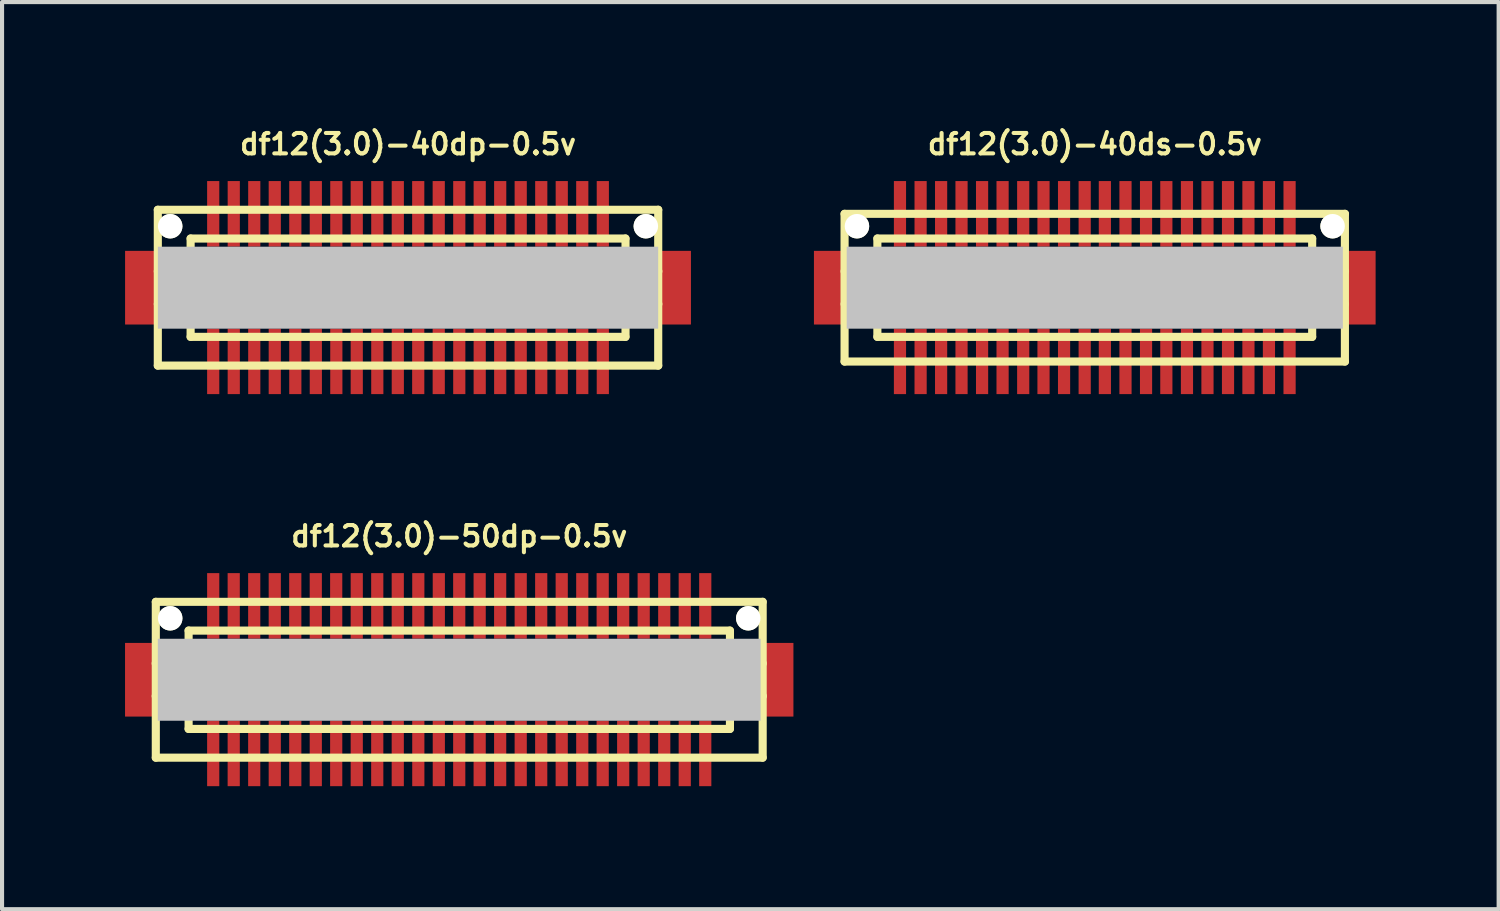
<source format=kicad_pcb>
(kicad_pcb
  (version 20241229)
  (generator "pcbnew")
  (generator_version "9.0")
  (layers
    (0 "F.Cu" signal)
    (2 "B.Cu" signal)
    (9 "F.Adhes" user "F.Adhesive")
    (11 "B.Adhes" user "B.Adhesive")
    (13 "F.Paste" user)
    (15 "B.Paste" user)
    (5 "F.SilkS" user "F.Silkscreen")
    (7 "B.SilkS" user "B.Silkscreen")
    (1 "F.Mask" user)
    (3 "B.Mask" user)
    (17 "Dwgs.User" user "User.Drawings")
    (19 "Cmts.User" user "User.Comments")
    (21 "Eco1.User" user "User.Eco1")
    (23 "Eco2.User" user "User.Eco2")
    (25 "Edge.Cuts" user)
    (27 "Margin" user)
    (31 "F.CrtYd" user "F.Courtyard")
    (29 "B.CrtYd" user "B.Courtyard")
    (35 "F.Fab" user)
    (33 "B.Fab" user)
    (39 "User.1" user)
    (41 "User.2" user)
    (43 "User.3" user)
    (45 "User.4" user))
  (footprint "df12(3.0)-50dp-0.5v"
    (layer "F.Cu")
    (at 8.148 13.525)
    (property "Reference" "df12(3.0)-50dp-0.5v" (at 0 -3.5 0) (layer "F.SilkS") (effects (font (size 0.498 0.498) (thickness 0.099))))
    (attr smd)
    (fp_line (start -7.399 -1.9) (end -7.399 1.9) (stroke (width 0.198) (type solid)) (layer "F.SilkS"))
    (fp_line (start -7.399 1.9) (end 7.399 1.9) (stroke (width 0.198) (type solid)) (layer "F.SilkS"))
    (fp_line (start -6.601 -0.399) (end -7.402 -0.399) (stroke (width 0.198) (type solid)) (layer "F.SilkS"))
    (fp_line (start -6.601 0.399) (end -7.402 0.399) (stroke (width 0.198) (type solid)) (layer "F.SilkS"))
    (fp_line (start -6.599 -1.199) (end 6.599 -1.199) (stroke (width 0.198) (type solid)) (layer "F.SilkS"))
    (fp_line (start -6.599 1.199) (end -6.599 -1.199) (stroke (width 0.198) (type solid)) (layer "F.SilkS"))
    (fp_line (start 6.599 1.199) (end -6.599 1.199) (stroke (width 0.198) (type solid)) (layer "F.SilkS"))
    (fp_line (start 6.601 -1.199) (end 6.601 1.199) (stroke (width 0.198) (type solid)) (layer "F.SilkS"))
    (fp_line (start 6.601 -0.399) (end 7.402 -0.399) (stroke (width 0.198) (type solid)) (layer "F.SilkS"))
    (fp_line (start 7.399 -1.9) (end -7.399 -1.9) (stroke (width 0.198) (type solid)) (layer "F.SilkS"))
    (fp_line (start 7.399 1.9) (end 7.399 -1.9) (stroke (width 0.198) (type solid)) (layer "F.SilkS"))
    (fp_line (start 7.404 0.399) (end 6.604 0.399) (stroke (width 0.198) (type solid)) (layer "F.SilkS"))
    (pad "" smd rect (at -7.75 0) (size 0.798 1.796) (layers "F.Cu" "F.Mask" "F.Paste"))
    (pad "" np_thru_hole circle (at -7.048 -1.499) (size 0.597 0.597) (drill 0.597) (layers "*.Cu" "*.Mask" "F.SilkS"))
    (pad "" smd rect (at 0 0) (size 14.699 1.999) (layers "Dwgs.User"))
    (pad "" np_thru_hole circle (at 7.048 -1.499) (size 0.597 0.597) (drill 0.597) (layers "*.Cu" "*.Mask" "F.SilkS"))
    (pad "" smd rect (at 7.75 0) (size 0.798 1.796) (layers "F.Cu" "F.Mask" "F.Paste"))
    (pad "1" smd rect (at 5.999 1.796) (size 0.297 1.598) (layers "F.Cu" "F.Mask" "F.Paste"))
    (pad "2" smd rect (at 5.499 1.796) (size 0.297 1.598) (layers "F.Cu" "F.Mask" "F.Paste"))
    (pad "3" smd rect (at 4.999 1.796) (size 0.297 1.598) (layers "F.Cu" "F.Mask" "F.Paste"))
    (pad "4" smd rect (at 4.498 1.796) (size 0.297 1.598) (layers "F.Cu" "F.Mask" "F.Paste"))
    (pad "5" smd rect (at 3.998 1.796) (size 0.297 1.598) (layers "F.Cu" "F.Mask" "F.Paste"))
    (pad "6" smd rect (at 3.498 1.796) (size 0.297 1.598) (layers "F.Cu" "F.Mask" "F.Paste"))
    (pad "7" smd rect (at 3 1.796) (size 0.297 1.598) (layers "F.Cu" "F.Mask" "F.Paste"))
    (pad "8" smd rect (at 2.499 1.796) (size 0.297 1.598) (layers "F.Cu" "F.Mask" "F.Paste"))
    (pad "9" smd rect (at 1.999 1.796) (size 0.297 1.598) (layers "F.Cu" "F.Mask" "F.Paste"))
    (pad "10" smd rect (at 1.499 1.796) (size 0.297 1.598) (layers "F.Cu" "F.Mask" "F.Paste"))
    (pad "11" smd rect (at 0.998 1.796) (size 0.297 1.598) (layers "F.Cu" "F.Mask" "F.Paste"))
    (pad "12" smd rect (at 0.498 1.796) (size 0.297 1.598) (layers "F.Cu" "F.Mask" "F.Paste"))
    (pad "13" smd rect (at 0 1.796) (size 0.297 1.598) (layers "F.Cu" "F.Mask" "F.Paste"))
    (pad "14" smd rect (at -0.498 1.796) (size 0.297 1.598) (layers "F.Cu" "F.Mask" "F.Paste"))
    (pad "15" smd rect (at -0.998 1.796) (size 0.297 1.598) (layers "F.Cu" "F.Mask" "F.Paste"))
    (pad "16" smd rect (at -1.499 1.796) (size 0.297 1.598) (layers "F.Cu" "F.Mask" "F.Paste"))
    (pad "17" smd rect (at -1.999 1.796) (size 0.297 1.598) (layers "F.Cu" "F.Mask" "F.Paste"))
    (pad "18" smd rect (at -2.499 1.796) (size 0.297 1.598) (layers "F.Cu" "F.Mask" "F.Paste"))
    (pad "19" smd rect (at -3 1.796) (size 0.297 1.598) (layers "F.Cu" "F.Mask" "F.Paste"))
    (pad "20" smd rect (at -3.498 1.796) (size 0.297 1.598) (layers "F.Cu" "F.Mask" "F.Paste"))
    (pad "21" smd rect (at -3.998 1.796) (size 0.297 1.598) (layers "F.Cu" "F.Mask" "F.Paste"))
    (pad "22" smd rect (at -4.498 1.796) (size 0.297 1.598) (layers "F.Cu" "F.Mask" "F.Paste"))
    (pad "23" smd rect (at -4.999 1.796) (size 0.297 1.598) (layers "F.Cu" "F.Mask" "F.Paste"))
    (pad "24" smd rect (at -5.499 1.796) (size 0.297 1.598) (layers "F.Cu" "F.Mask" "F.Paste"))
    (pad "25" smd rect (at -5.999 1.796) (size 0.297 1.598) (layers "F.Cu" "F.Mask" "F.Paste"))
    (pad "26" smd rect (at -5.999 -1.801) (size 0.297 1.598) (layers "F.Cu" "F.Mask" "F.Paste"))
    (pad "27" smd rect (at -5.499 -1.801) (size 0.297 1.598) (layers "F.Cu" "F.Mask" "F.Paste"))
    (pad "28" smd rect (at -4.999 -1.801) (size 0.297 1.598) (layers "F.Cu" "F.Mask" "F.Paste"))
    (pad "29" smd rect (at -4.498 -1.801) (size 0.297 1.598) (layers "F.Cu" "F.Mask" "F.Paste"))
    (pad "30" smd rect (at -3.998 -1.801) (size 0.297 1.598) (layers "F.Cu" "F.Mask" "F.Paste"))
    (pad "31" smd rect (at -3.498 -1.801) (size 0.297 1.598) (layers "F.Cu" "F.Mask" "F.Paste"))
    (pad "32" smd rect (at -3 -1.801) (size 0.297 1.598) (layers "F.Cu" "F.Mask" "F.Paste"))
    (pad "33" smd rect (at -2.499 -1.801) (size 0.297 1.598) (layers "F.Cu" "F.Mask" "F.Paste"))
    (pad "34" smd rect (at -1.999 -1.801) (size 0.297 1.598) (layers "F.Cu" "F.Mask" "F.Paste"))
    (pad "35" smd rect (at -1.499 -1.801) (size 0.297 1.598) (layers "F.Cu" "F.Mask" "F.Paste"))
    (pad "36" smd rect (at -0.998 -1.801) (size 0.297 1.598) (layers "F.Cu" "F.Mask" "F.Paste"))
    (pad "37" smd rect (at -0.498 -1.801) (size 0.297 1.598) (layers "F.Cu" "F.Mask" "F.Paste"))
    (pad "38" smd rect (at 0 -1.801) (size 0.297 1.598) (layers "F.Cu" "F.Mask" "F.Paste"))
    (pad "39" smd rect (at 0.498 -1.801) (size 0.297 1.598) (layers "F.Cu" "F.Mask" "F.Paste"))
    (pad "40" smd rect (at 0.998 -1.801) (size 0.297 1.598) (layers "F.Cu" "F.Mask" "F.Paste"))
    (pad "41" smd rect (at 1.499 -1.801) (size 0.297 1.598) (layers "F.Cu" "F.Mask" "F.Paste"))
    (pad "42" smd rect (at 1.999 -1.801) (size 0.297 1.598) (layers "F.Cu" "F.Mask" "F.Paste"))
    (pad "43" smd rect (at 2.499 -1.801) (size 0.297 1.598) (layers "F.Cu" "F.Mask" "F.Paste"))
    (pad "44" smd rect (at 3 -1.801) (size 0.297 1.598) (layers "F.Cu" "F.Mask" "F.Paste"))
    (pad "45" smd rect (at 3.498 -1.801) (size 0.297 1.598) (layers "F.Cu" "F.Mask" "F.Paste"))
    (pad "46" smd rect (at 3.998 -1.801) (size 0.297 1.598) (layers "F.Cu" "F.Mask" "F.Paste"))
    (pad "47" smd rect (at 4.498 -1.801) (size 0.297 1.598) (layers "F.Cu" "F.Mask" "F.Paste"))
    (pad "48" smd rect (at 4.999 -1.801) (size 0.297 1.598) (layers "F.Cu" "F.Mask" "F.Paste"))
    (pad "49" smd rect (at 5.499 -1.801) (size 0.297 1.598) (layers "F.Cu" "F.Mask" "F.Paste"))
    (pad "50" smd rect (at 5.999 -1.801) (size 0.297 1.598) (layers "F.Cu" "F.Mask" "F.Paste")))
  (footprint "df12(3.0)-40ds-0.5v"
    (layer "F.Cu")
    (at 23.645 3.965)
    (property "Reference" "df12(3.0)-40ds-0.5v" (at 0 -3.5 0) (layer "F.SilkS") (effects (font (size 0.498 0.498) (thickness 0.099))))
    (attr smd)
    (fp_line (start -6.101 -1.801) (end 6.101 -1.801) (stroke (width 0.198) (type solid)) (layer "F.SilkS"))
    (fp_line (start -6.101 1.801) (end -6.101 -1.801) (stroke (width 0.198) (type solid)) (layer "F.SilkS"))
    (fp_line (start -5.301 -0.701) (end 5.301 -0.701) (stroke (width 0.198) (type solid)) (layer "F.SilkS"))
    (fp_line (start -5.301 -0.399) (end -6.101 -0.399) (stroke (width 0.198) (type solid)) (layer "F.SilkS"))
    (fp_line (start -5.301 0.399) (end -6.101 0.399) (stroke (width 0.198) (type solid)) (layer "F.SilkS"))
    (fp_line (start -5.301 1.199) (end -5.301 -1.199) (stroke (width 0.198) (type solid)) (layer "F.SilkS"))
    (fp_line (start -5.301 1.199) (end 5.301 1.199) (stroke (width 0.198) (type solid)) (layer "F.SilkS"))
    (fp_line (start 5.301 -1.199) (end -5.301 -1.199) (stroke (width 0.198) (type solid)) (layer "F.SilkS"))
    (fp_line (start 5.301 -1.199) (end 5.301 1.199) (stroke (width 0.198) (type solid)) (layer "F.SilkS"))
    (fp_line (start 5.301 -0.399) (end 6.101 -0.399) (stroke (width 0.198) (type solid)) (layer "F.SilkS"))
    (fp_line (start 5.301 0.701) (end -5.301 0.701) (stroke (width 0.198) (type solid)) (layer "F.SilkS"))
    (fp_line (start 6.099 -1.801) (end 6.099 1.801) (stroke (width 0.198) (type solid)) (layer "F.SilkS"))
    (fp_line (start 6.101 0.399) (end 5.301 0.399) (stroke (width 0.198) (type solid)) (layer "F.SilkS"))
    (fp_line (start 6.101 1.801) (end -6.101 1.801) (stroke (width 0.198) (type solid)) (layer "F.SilkS"))
    (pad "" smd rect (at -6.449 0) (size 0.798 1.796) (layers "F.Cu" "F.Mask" "F.Paste"))
    (pad "" np_thru_hole circle (at -5.799 -1.499) (size 0.597 0.597) (drill 0.597) (layers "*.Cu" "*.Mask" "F.SilkS"))
    (pad "" smd rect (at 0 0) (size 12.098 1.999) (layers "Dwgs.User"))
    (pad "" np_thru_hole circle (at 5.799 -1.499) (size 0.597 0.597) (drill 0.597) (layers "*.Cu" "*.Mask" "F.SilkS"))
    (pad "" smd rect (at 6.449 0) (size 0.798 1.796) (layers "F.Cu" "F.Mask" "F.Paste"))
    (pad "1" smd rect (at -4.75 1.796) (size 0.297 1.598) (layers "F.Cu" "F.Mask" "F.Paste"))
    (pad "2" smd rect (at -4.247 1.796) (size 0.297 1.598) (layers "F.Cu" "F.Mask" "F.Paste"))
    (pad "3" smd rect (at -3.747 1.796) (size 0.297 1.598) (layers "F.Cu" "F.Mask" "F.Paste"))
    (pad "4" smd rect (at -3.249 1.796) (size 0.297 1.598) (layers "F.Cu" "F.Mask" "F.Paste"))
    (pad "5" smd rect (at -2.748 1.796) (size 0.297 1.598) (layers "F.Cu" "F.Mask" "F.Paste"))
    (pad "6" smd rect (at -2.248 1.796) (size 0.297 1.598) (layers "F.Cu" "F.Mask" "F.Paste"))
    (pad "7" smd rect (at -1.745 1.796) (size 0.297 1.598) (layers "F.Cu" "F.Mask" "F.Paste"))
    (pad "8" smd rect (at -1.25 1.796) (size 0.297 1.598) (layers "F.Cu" "F.Mask" "F.Paste"))
    (pad "9" smd rect (at -0.749 1.796) (size 0.297 1.598) (layers "F.Cu" "F.Mask" "F.Paste"))
    (pad "10" smd rect (at -0.246 1.796) (size 0.297 1.598) (layers "F.Cu" "F.Mask" "F.Paste"))
    (pad "11" smd rect (at 0.246 1.796) (size 0.297 1.598) (layers "F.Cu" "F.Mask" "F.Paste"))
    (pad "12" smd rect (at 0.749 1.796) (size 0.297 1.598) (layers "F.Cu" "F.Mask" "F.Paste"))
    (pad "13" smd rect (at 1.25 1.796) (size 0.297 1.598) (layers "F.Cu" "F.Mask" "F.Paste"))
    (pad "14" smd rect (at 1.745 1.796) (size 0.297 1.598) (layers "F.Cu" "F.Mask" "F.Paste"))
    (pad "15" smd rect (at 2.248 1.796) (size 0.297 1.598) (layers "F.Cu" "F.Mask" "F.Paste"))
    (pad "16" smd rect (at 2.748 1.796) (size 0.297 1.598) (layers "F.Cu" "F.Mask" "F.Paste"))
    (pad "17" smd rect (at 3.249 1.796) (size 0.297 1.598) (layers "F.Cu" "F.Mask" "F.Paste"))
    (pad "18" smd rect (at 3.747 1.796) (size 0.297 1.598) (layers "F.Cu" "F.Mask" "F.Paste"))
    (pad "19" smd rect (at 4.247 1.796) (size 0.297 1.598) (layers "F.Cu" "F.Mask" "F.Paste"))
    (pad "20" smd rect (at 4.75 1.796) (size 0.297 1.598) (layers "F.Cu" "F.Mask" "F.Paste"))
    (pad "21" smd rect (at 4.75 -1.801) (size 0.297 1.598) (layers "F.Cu" "F.Mask" "F.Paste"))
    (pad "22" smd rect (at 4.247 -1.801) (size 0.297 1.598) (layers "F.Cu" "F.Mask" "F.Paste"))
    (pad "23" smd rect (at 3.747 -1.801) (size 0.297 1.598) (layers "F.Cu" "F.Mask" "F.Paste"))
    (pad "24" smd rect (at 3.249 -1.801) (size 0.297 1.598) (layers "F.Cu" "F.Mask" "F.Paste"))
    (pad "25" smd rect (at 2.748 -1.801) (size 0.297 1.598) (layers "F.Cu" "F.Mask" "F.Paste"))
    (pad "26" smd rect (at 2.248 -1.801) (size 0.297 1.598) (layers "F.Cu" "F.Mask" "F.Paste"))
    (pad "27" smd rect (at 1.745 -1.801) (size 0.297 1.598) (layers "F.Cu" "F.Mask" "F.Paste"))
    (pad "28" smd rect (at 1.25 -1.801) (size 0.297 1.598) (layers "F.Cu" "F.Mask" "F.Paste"))
    (pad "29" smd rect (at 0.749 -1.801) (size 0.297 1.598) (layers "F.Cu" "F.Mask" "F.Paste"))
    (pad "30" smd rect (at 0.246 -1.801) (size 0.297 1.598) (layers "F.Cu" "F.Mask" "F.Paste"))
    (pad "31" smd rect (at -0.246 -1.801) (size 0.297 1.598) (layers "F.Cu" "F.Mask" "F.Paste"))
    (pad "32" smd rect (at -0.749 -1.801) (size 0.297 1.598) (layers "F.Cu" "F.Mask" "F.Paste"))
    (pad "33" smd rect (at -1.25 -1.801) (size 0.297 1.598) (layers "F.Cu" "F.Mask" "F.Paste"))
    (pad "34" smd rect (at -1.745 -1.801) (size 0.297 1.598) (layers "F.Cu" "F.Mask" "F.Paste"))
    (pad "35" smd rect (at -2.248 -1.801) (size 0.297 1.598) (layers "F.Cu" "F.Mask" "F.Paste"))
    (pad "36" smd rect (at -2.748 -1.801) (size 0.297 1.598) (layers "F.Cu" "F.Mask" "F.Paste"))
    (pad "37" smd rect (at -3.249 -1.801) (size 0.297 1.598) (layers "F.Cu" "F.Mask" "F.Paste"))
    (pad "38" smd rect (at -3.747 -1.801) (size 0.297 1.598) (layers "F.Cu" "F.Mask" "F.Paste"))
    (pad "39" smd rect (at -4.247 -1.801) (size 0.297 1.598) (layers "F.Cu" "F.Mask" "F.Paste"))
    (pad "40" smd rect (at -4.75 -1.801) (size 0.297 1.598) (layers "F.Cu" "F.Mask" "F.Paste")))
  (footprint "df12(3.0)-40dp-0.5v"
    (layer "F.Cu")
    (at 6.899 3.965)
    (property "Reference" "df12(3.0)-40dp-0.5v" (at 0 -3.5 0) (layer "F.SilkS") (effects (font (size 0.498 0.498) (thickness 0.099))))
    (attr smd)
    (fp_line (start -6.101 -1.9) (end -6.101 1.9) (stroke (width 0.198) (type solid)) (layer "F.SilkS"))
    (fp_line (start -6.101 1.9) (end 6.101 1.9) (stroke (width 0.198) (type solid)) (layer "F.SilkS"))
    (fp_line (start -5.301 -1.199) (end 5.301 -1.199) (stroke (width 0.198) (type solid)) (layer "F.SilkS"))
    (fp_line (start -5.301 -0.399) (end -6.101 -0.399) (stroke (width 0.198) (type solid)) (layer "F.SilkS"))
    (fp_line (start -5.301 0.399) (end -6.101 0.399) (stroke (width 0.198) (type solid)) (layer "F.SilkS"))
    (fp_line (start -5.301 1.199) (end -5.301 -1.199) (stroke (width 0.198) (type solid)) (layer "F.SilkS"))
    (fp_line (start 5.301 1.199) (end -5.301 1.199) (stroke (width 0.198) (type solid)) (layer "F.SilkS"))
    (fp_line (start 5.304 -1.199) (end 5.304 1.199) (stroke (width 0.198) (type solid)) (layer "F.SilkS"))
    (fp_line (start 5.304 -0.399) (end 6.104 -0.399) (stroke (width 0.198) (type solid)) (layer "F.SilkS"))
    (fp_line (start 6.101 -1.9) (end -6.101 -1.9) (stroke (width 0.198) (type solid)) (layer "F.SilkS"))
    (fp_line (start 6.101 1.9) (end 6.101 -1.9) (stroke (width 0.198) (type solid)) (layer "F.SilkS"))
    (fp_line (start 6.104 0.399) (end 5.304 0.399) (stroke (width 0.198) (type solid)) (layer "F.SilkS"))
    (pad "" smd rect (at -6.5 0) (size 0.798 1.796) (layers "F.Cu" "F.Mask" "F.Paste"))
    (pad "" np_thru_hole circle (at -5.799 -1.499) (size 0.597 0.597) (drill 0.597) (layers "*.Cu" "*.Mask" "F.SilkS"))
    (pad "" smd rect (at 0 0) (size 12.2 1.999) (layers "Dwgs.User"))
    (pad "" np_thru_hole circle (at 5.799 -1.499) (size 0.597 0.597) (drill 0.597) (layers "*.Cu" "*.Mask" "F.SilkS"))
    (pad "" smd rect (at 6.5 0) (size 0.798 1.796) (layers "F.Cu" "F.Mask" "F.Paste"))
    (pad "1" smd rect (at 4.75 1.796) (size 0.297 1.598) (layers "F.Cu" "F.Mask" "F.Paste"))
    (pad "2" smd rect (at 4.249 1.796) (size 0.297 1.598) (layers "F.Cu" "F.Mask" "F.Paste"))
    (pad "3" smd rect (at 3.749 1.796) (size 0.297 1.598) (layers "F.Cu" "F.Mask" "F.Paste"))
    (pad "4" smd rect (at 3.249 1.796) (size 0.297 1.598) (layers "F.Cu" "F.Mask" "F.Paste"))
    (pad "5" smd rect (at 2.748 1.796) (size 0.297 1.598) (layers "F.Cu" "F.Mask" "F.Paste"))
    (pad "6" smd rect (at 2.248 1.796) (size 0.297 1.598) (layers "F.Cu" "F.Mask" "F.Paste"))
    (pad "7" smd rect (at 1.748 1.796) (size 0.297 1.598) (layers "F.Cu" "F.Mask" "F.Paste"))
    (pad "8" smd rect (at 1.25 1.796) (size 0.297 1.598) (layers "F.Cu" "F.Mask" "F.Paste"))
    (pad "9" smd rect (at 0.749 1.796) (size 0.297 1.598) (layers "F.Cu" "F.Mask" "F.Paste"))
    (pad "10" smd rect (at 0.249 1.796) (size 0.297 1.598) (layers "F.Cu" "F.Mask" "F.Paste"))
    (pad "11" smd rect (at -0.249 1.796) (size 0.297 1.598) (layers "F.Cu" "F.Mask" "F.Paste"))
    (pad "12" smd rect (at -0.749 1.796) (size 0.297 1.598) (layers "F.Cu" "F.Mask" "F.Paste"))
    (pad "13" smd rect (at -1.25 1.796) (size 0.297 1.598) (layers "F.Cu" "F.Mask" "F.Paste"))
    (pad "14" smd rect (at -1.748 1.796) (size 0.297 1.598) (layers "F.Cu" "F.Mask" "F.Paste"))
    (pad "15" smd rect (at -2.248 1.796) (size 0.297 1.598) (layers "F.Cu" "F.Mask" "F.Paste"))
    (pad "16" smd rect (at -2.748 1.796) (size 0.297 1.598) (layers "F.Cu" "F.Mask" "F.Paste"))
    (pad "17" smd rect (at -3.249 1.796) (size 0.297 1.598) (layers "F.Cu" "F.Mask" "F.Paste"))
    (pad "18" smd rect (at -3.749 1.796) (size 0.297 1.598) (layers "F.Cu" "F.Mask" "F.Paste"))
    (pad "19" smd rect (at -4.249 1.796) (size 0.297 1.598) (layers "F.Cu" "F.Mask" "F.Paste"))
    (pad "20" smd rect (at -4.75 1.796) (size 0.297 1.598) (layers "F.Cu" "F.Mask" "F.Paste"))
    (pad "21" smd rect (at -4.75 -1.801) (size 0.297 1.598) (layers "F.Cu" "F.Mask" "F.Paste"))
    (pad "22" smd rect (at -4.249 -1.801) (size 0.297 1.598) (layers "F.Cu" "F.Mask" "F.Paste"))
    (pad "23" smd rect (at -3.749 -1.801) (size 0.297 1.598) (layers "F.Cu" "F.Mask" "F.Paste"))
    (pad "24" smd rect (at -3.249 -1.801) (size 0.297 1.598) (layers "F.Cu" "F.Mask" "F.Paste"))
    (pad "25" smd rect (at -2.748 -1.801) (size 0.297 1.598) (layers "F.Cu" "F.Mask" "F.Paste"))
    (pad "26" smd rect (at -2.248 -1.801) (size 0.297 1.598) (layers "F.Cu" "F.Mask" "F.Paste"))
    (pad "27" smd rect (at -1.748 -1.801) (size 0.297 1.598) (layers "F.Cu" "F.Mask" "F.Paste"))
    (pad "28" smd rect (at -1.25 -1.801) (size 0.297 1.598) (layers "F.Cu" "F.Mask" "F.Paste"))
    (pad "29" smd rect (at -0.749 -1.801) (size 0.297 1.598) (layers "F.Cu" "F.Mask" "F.Paste"))
    (pad "30" smd rect (at -0.249 -1.801) (size 0.297 1.598) (layers "F.Cu" "F.Mask" "F.Paste"))
    (pad "31" smd rect (at 0.249 -1.801) (size 0.297 1.598) (layers "F.Cu" "F.Mask" "F.Paste"))
    (pad "32" smd rect (at 0.749 -1.801) (size 0.297 1.598) (layers "F.Cu" "F.Mask" "F.Paste"))
    (pad "33" smd rect (at 1.25 -1.801) (size 0.297 1.598) (layers "F.Cu" "F.Mask" "F.Paste"))
    (pad "34" smd rect (at 1.748 -1.801) (size 0.297 1.598) (layers "F.Cu" "F.Mask" "F.Paste"))
    (pad "35" smd rect (at 2.248 -1.801) (size 0.297 1.598) (layers "F.Cu" "F.Mask" "F.Paste"))
    (pad "36" smd rect (at 2.748 -1.801) (size 0.297 1.598) (layers "F.Cu" "F.Mask" "F.Paste"))
    (pad "37" smd rect (at 3.249 -1.801) (size 0.297 1.598) (layers "F.Cu" "F.Mask" "F.Paste"))
    (pad "38" smd rect (at 3.749 -1.801) (size 0.297 1.598) (layers "F.Cu" "F.Mask" "F.Paste"))
    (pad "39" smd rect (at 4.249 -1.801) (size 0.297 1.598) (layers "F.Cu" "F.Mask" "F.Paste"))
    (pad "40" smd rect (at 4.75 -1.801) (size 0.297 1.598) (layers "F.Cu" "F.Mask" "F.Paste")))
  (gr_rect
    (start -3 -3)
    (end 33.493 19.12)
    (stroke (width 0.1) (type default))
    (fill no)
    (layer "Edge.Cuts")))
</source>
